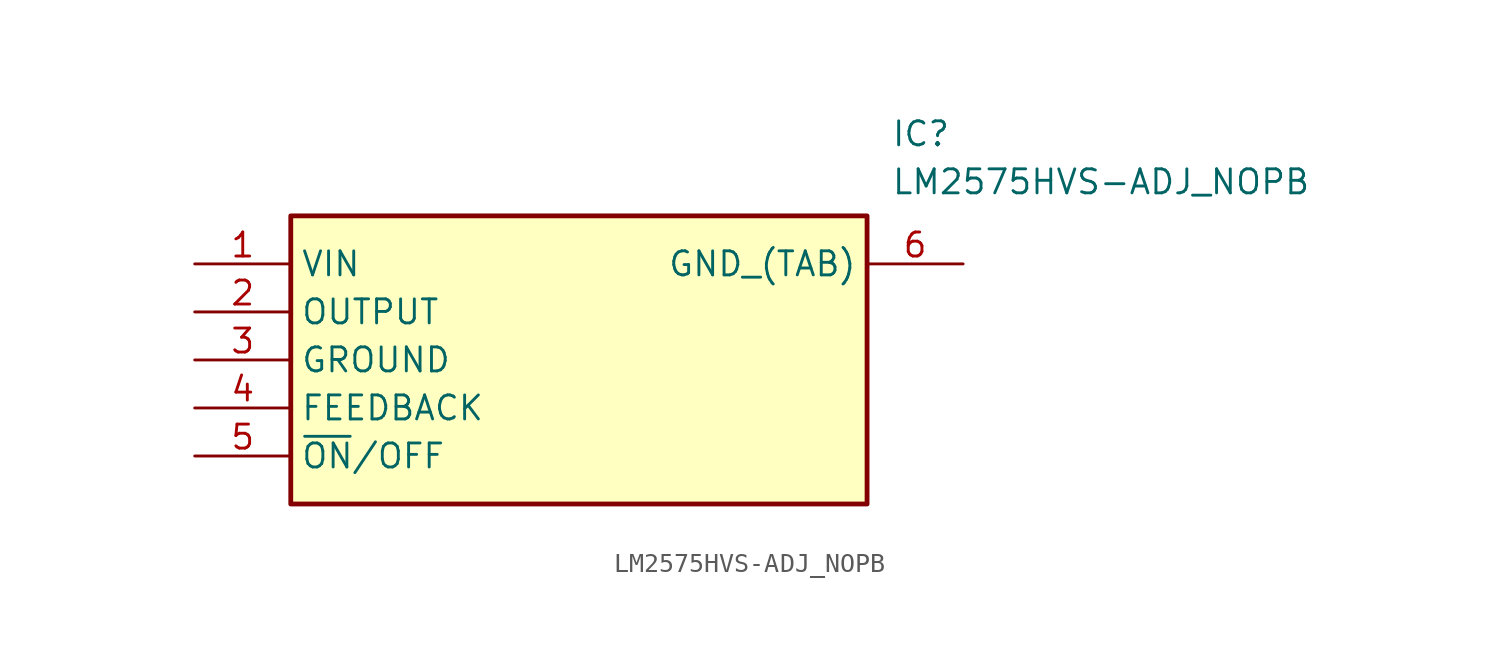
<source format=kicad_sym>
(kicad_symbol_lib
  (version 20211014)
  (generator SamacSys_ECAD_Model)
  (symbol "LM2575HVS-ADJ_NOPB"
    (property "Reference" "IC"
      (at 36.83 7.62 0)
      (effects (font (size 1.27 1.27)) (justify left top)))
    (property "Value" "LM2575HVS-ADJ_NOPB"
      (at 36.83 5.08 0)
      (effects (font (size 1.27 1.27)) (justify left top)))
    (rectangle
      (start 5.08 2.54)
      (end 35.56 -12.7)
      (stroke (width 0.254) (type default))
      (fill (type background)))
    (pin input line
      (at 0 0 0)
      (length 5.08)
      (name "VIN" (effects (font (size 1.27 1.27))))
      (number "1" (effects (font (size 1.27 1.27)))))
    (pin output line
      (at 0 -2.54 0)
      (length 5.08)
      (name "OUTPUT" (effects (font (size 1.27 1.27))))
      (number "2" (effects (font (size 1.27 1.27)))))
    (pin passive line
      (at 0 -5.08 0)
      (length 5.08)
      (name "GROUND" (effects (font (size 1.27 1.27))))
      (number "3" (effects (font (size 1.27 1.27)))))
    (pin passive line
      (at 0 -7.62 0)
      (length 5.08)
      (name "FEEDBACK" (effects (font (size 1.27 1.27))))
      (number "4" (effects (font (size 1.27 1.27)))))
    (pin passive line
      (at 0 -10.16 0)
      (length 5.08)
      (name "~{ON}/OFF" (effects (font (size 1.27 1.27))))
      (number "5" (effects (font (size 1.27 1.27)))))
    (pin power_in line
      (at 40.64 0 180)
      (length 5.08)
      (name "GND_(TAB)" (effects (font (size 1.27 1.27))))
      (number "6" (effects (font (size 1.27 1.27)))))))
</source>
